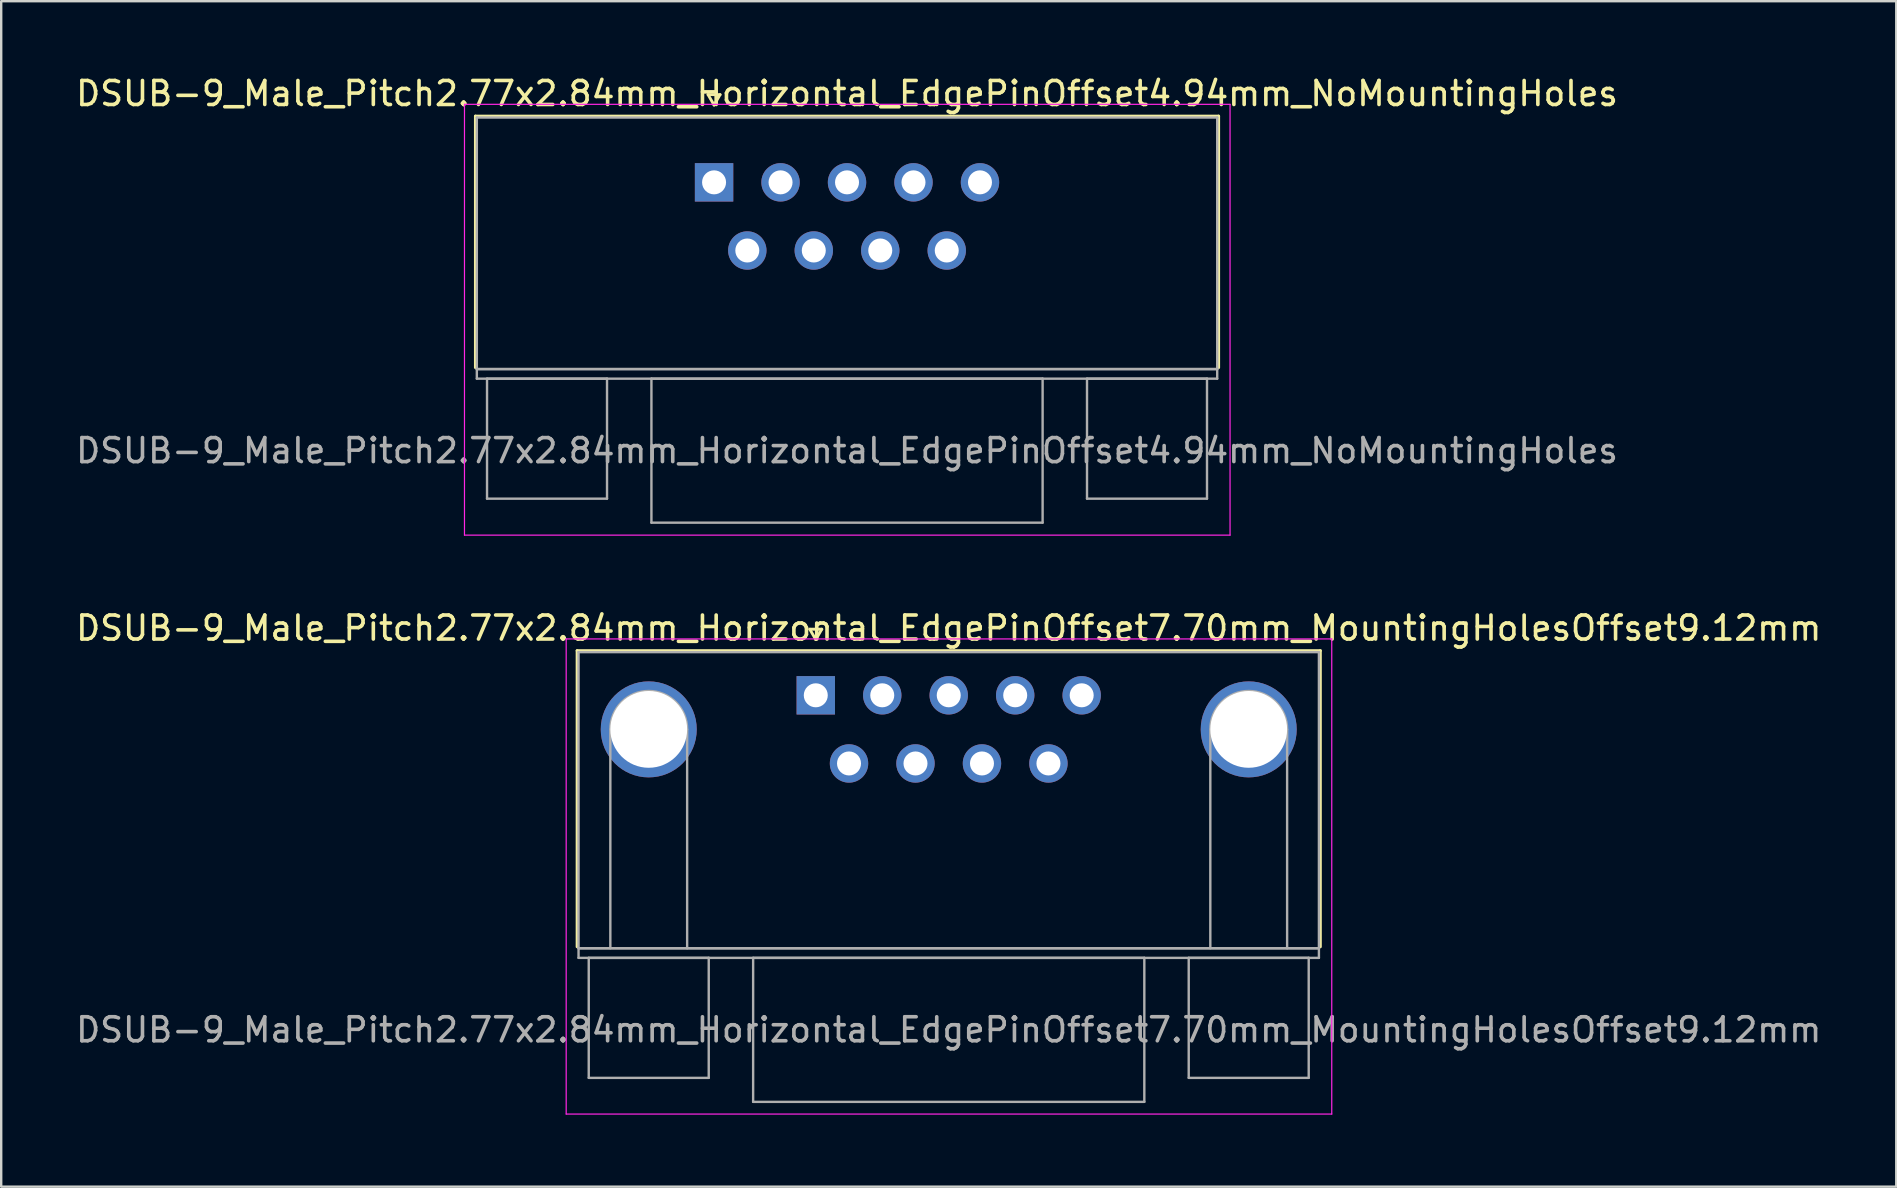
<source format=kicad_pcb>
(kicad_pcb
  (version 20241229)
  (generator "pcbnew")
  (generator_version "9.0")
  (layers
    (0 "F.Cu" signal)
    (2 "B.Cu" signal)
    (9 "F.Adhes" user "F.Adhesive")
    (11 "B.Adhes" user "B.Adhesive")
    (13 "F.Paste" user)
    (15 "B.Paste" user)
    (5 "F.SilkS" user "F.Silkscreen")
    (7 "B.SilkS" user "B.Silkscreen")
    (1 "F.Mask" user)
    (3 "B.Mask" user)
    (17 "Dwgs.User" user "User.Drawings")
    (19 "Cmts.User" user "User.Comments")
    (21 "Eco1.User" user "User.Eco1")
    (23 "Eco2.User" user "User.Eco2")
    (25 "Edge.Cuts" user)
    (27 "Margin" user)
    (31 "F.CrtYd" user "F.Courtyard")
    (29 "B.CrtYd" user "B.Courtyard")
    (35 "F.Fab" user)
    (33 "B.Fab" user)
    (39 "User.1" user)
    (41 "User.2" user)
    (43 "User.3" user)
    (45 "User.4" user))
  (footprint "DSUB-9_Male_Pitch2.77x2.84mm_Horizontal_EdgePinOffset4.94mm_NoMountingHoles"
    (layer "F.Cu")
    (at 26.704 4.548)
    (property "Reference" "DSUB-9_Male_Pitch2.77x2.84mm_Horizontal_EdgePinOffset4.94mm_NoMountingHoles" (at 5.54 -3.7 0) (layer "F.SilkS") (effects (font (size 1 1) (thickness 0.15))))
    (attr through_hole)
    (fp_line (start -9.945 -2.76) (end 21.025 -2.76) (stroke (width 0.12) (type solid)) (layer "F.SilkS"))
    (fp_line (start -9.945 7.72) (end -9.945 -2.76) (stroke (width 0.12) (type solid)) (layer "F.SilkS"))
    (fp_line (start -0.25 -3.654) (end 0.25 -3.654) (stroke (width 0.12) (type solid)) (layer "F.SilkS"))
    (fp_line (start 0 -3.221) (end -0.25 -3.654) (stroke (width 0.12) (type solid)) (layer "F.SilkS"))
    (fp_line (start 0.25 -3.654) (end 0 -3.221) (stroke (width 0.12) (type solid)) (layer "F.SilkS"))
    (fp_line (start 21.025 -2.76) (end 21.025 7.72) (stroke (width 0.12) (type solid)) (layer "F.SilkS"))
    (fp_line (start -10.4 -3.25) (end -10.4 14.7) (stroke (width 0.05) (type solid)) (layer "F.CrtYd"))
    (fp_line (start -10.4 14.7) (end 21.5 14.7) (stroke (width 0.05) (type solid)) (layer "F.CrtYd"))
    (fp_line (start 21.5 -3.25) (end -10.4 -3.25) (stroke (width 0.05) (type solid)) (layer "F.CrtYd"))
    (fp_line (start 21.5 14.7) (end 21.5 -3.25) (stroke (width 0.05) (type solid)) (layer "F.CrtYd"))
    (fp_line (start -9.885 -2.7) (end -9.885 7.78) (stroke (width 0.1) (type solid)) (layer "F.Fab"))
    (fp_line (start -9.885 7.78) (end -9.885 8.18) (stroke (width 0.1) (type solid)) (layer "F.Fab"))
    (fp_line (start -9.885 7.78) (end 20.965 7.78) (stroke (width 0.1) (type solid)) (layer "F.Fab"))
    (fp_line (start -9.885 8.18) (end 20.965 8.18) (stroke (width 0.1) (type solid)) (layer "F.Fab"))
    (fp_line (start -9.46 8.18) (end -9.46 13.18) (stroke (width 0.1) (type solid)) (layer "F.Fab"))
    (fp_line (start -9.46 13.18) (end -4.46 13.18) (stroke (width 0.1) (type solid)) (layer "F.Fab"))
    (fp_line (start -4.46 8.18) (end -9.46 8.18) (stroke (width 0.1) (type solid)) (layer "F.Fab"))
    (fp_line (start -4.46 13.18) (end -4.46 8.18) (stroke (width 0.1) (type solid)) (layer "F.Fab"))
    (fp_line (start -2.61 8.18) (end -2.61 14.18) (stroke (width 0.1) (type solid)) (layer "F.Fab"))
    (fp_line (start -2.61 14.18) (end 13.69 14.18) (stroke (width 0.1) (type solid)) (layer "F.Fab"))
    (fp_line (start 13.69 8.18) (end -2.61 8.18) (stroke (width 0.1) (type solid)) (layer "F.Fab"))
    (fp_line (start 13.69 14.18) (end 13.69 8.18) (stroke (width 0.1) (type solid)) (layer "F.Fab"))
    (fp_line (start 15.54 8.18) (end 15.54 13.18) (stroke (width 0.1) (type solid)) (layer "F.Fab"))
    (fp_line (start 15.54 13.18) (end 20.54 13.18) (stroke (width 0.1) (type solid)) (layer "F.Fab"))
    (fp_line (start 20.54 8.18) (end 15.54 8.18) (stroke (width 0.1) (type solid)) (layer "F.Fab"))
    (fp_line (start 20.54 13.18) (end 20.54 8.18) (stroke (width 0.1) (type solid)) (layer "F.Fab"))
    (fp_line (start 20.965 -2.7) (end -9.885 -2.7) (stroke (width 0.1) (type solid)) (layer "F.Fab"))
    (fp_line (start 20.965 7.78) (end -9.885 7.78) (stroke (width 0.1) (type solid)) (layer "F.Fab"))
    (fp_line (start 20.965 7.78) (end 20.965 -2.7) (stroke (width 0.1) (type solid)) (layer "F.Fab"))
    (fp_line (start 20.965 8.18) (end 20.965 7.78) (stroke (width 0.1) (type solid)) (layer "F.Fab"))
    (fp_text user "${REFERENCE}" (at 5.54 11.18 0) (layer "F.Fab") (effects (font (size 1 1) (thickness 0.15))))
    (pad "1" thru_hole rect (at 0 0) (size 1.6 1.6) (drill 1) (layers "*.Cu" "*.Mask"))
    (pad "2" thru_hole circle (at 2.77 0) (size 1.6 1.6) (drill 1) (layers "*.Cu" "*.Mask"))
    (pad "3" thru_hole circle (at 5.54 0) (size 1.6 1.6) (drill 1) (layers "*.Cu" "*.Mask"))
    (pad "4" thru_hole circle (at 8.31 0) (size 1.6 1.6) (drill 1) (layers "*.Cu" "*.Mask"))
    (pad "5" thru_hole circle (at 11.08 0) (size 1.6 1.6) (drill 1) (layers "*.Cu" "*.Mask"))
    (pad "6" thru_hole circle (at 1.385 2.84) (size 1.6 1.6) (drill 1) (layers "*.Cu" "*.Mask"))
    (pad "7" thru_hole circle (at 4.155 2.84) (size 1.6 1.6) (drill 1) (layers "*.Cu" "*.Mask"))
    (pad "8" thru_hole circle (at 6.925 2.84) (size 1.6 1.6) (drill 1) (layers "*.Cu" "*.Mask"))
    (pad "9" thru_hole circle (at 9.695 2.84) (size 1.6 1.6) (drill 1) (layers "*.Cu" "*.Mask")))
  (footprint "DSUB-9_Male_Pitch2.77x2.84mm_Horizontal_EdgePinOffset7.70mm_MountingHolesOffset9.12mm"
    (layer "F.Cu")
    (at 30.942 25.922)
    (property "Reference" "DSUB-9_Male_Pitch2.77x2.84mm_Horizontal_EdgePinOffset7.70mm_MountingHolesOffset9.12mm" (at 5.54 -2.8 0) (layer "F.SilkS") (effects (font (size 1 1) (thickness 0.15))))
    (attr through_hole)
    (fp_line (start -9.945 -1.86) (end 21.025 -1.86) (stroke (width 0.12) (type solid)) (layer "F.SilkS"))
    (fp_line (start -9.945 10.48) (end -9.945 -1.86) (stroke (width 0.12) (type solid)) (layer "F.SilkS"))
    (fp_line (start -0.25 -2.754) (end 0.25 -2.754) (stroke (width 0.12) (type solid)) (layer "F.SilkS"))
    (fp_line (start 0 -2.321) (end -0.25 -2.754) (stroke (width 0.12) (type solid)) (layer "F.SilkS"))
    (fp_line (start 0.25 -2.754) (end 0 -2.321) (stroke (width 0.12) (type solid)) (layer "F.SilkS"))
    (fp_line (start 21.025 -1.86) (end 21.025 10.48) (stroke (width 0.12) (type solid)) (layer "F.SilkS"))
    (fp_line (start -10.4 -2.35) (end -10.4 17.45) (stroke (width 0.05) (type solid)) (layer "F.CrtYd"))
    (fp_line (start -10.4 17.45) (end 21.5 17.45) (stroke (width 0.05) (type solid)) (layer "F.CrtYd"))
    (fp_line (start 21.5 -2.35) (end -10.4 -2.35) (stroke (width 0.05) (type solid)) (layer "F.CrtYd"))
    (fp_line (start 21.5 17.45) (end 21.5 -2.35) (stroke (width 0.05) (type solid)) (layer "F.CrtYd"))
    (fp_line (start -9.885 -1.8) (end -9.885 10.54) (stroke (width 0.1) (type solid)) (layer "F.Fab"))
    (fp_line (start -9.885 10.54) (end -9.885 10.94) (stroke (width 0.1) (type solid)) (layer "F.Fab"))
    (fp_line (start -9.885 10.54) (end 20.965 10.54) (stroke (width 0.1) (type solid)) (layer "F.Fab"))
    (fp_line (start -9.885 10.94) (end 20.965 10.94) (stroke (width 0.1) (type solid)) (layer "F.Fab"))
    (fp_line (start -9.46 10.94) (end -9.46 15.94) (stroke (width 0.1) (type solid)) (layer "F.Fab"))
    (fp_line (start -9.46 15.94) (end -4.46 15.94) (stroke (width 0.1) (type solid)) (layer "F.Fab"))
    (fp_line (start -8.56 10.54) (end -8.56 1.42) (stroke (width 0.1) (type solid)) (layer "F.Fab"))
    (fp_line (start -5.36 10.54) (end -5.36 1.42) (stroke (width 0.1) (type solid)) (layer "F.Fab"))
    (fp_line (start -4.46 10.94) (end -9.46 10.94) (stroke (width 0.1) (type solid)) (layer "F.Fab"))
    (fp_line (start -4.46 15.94) (end -4.46 10.94) (stroke (width 0.1) (type solid)) (layer "F.Fab"))
    (fp_line (start -2.61 10.94) (end -2.61 16.94) (stroke (width 0.1) (type solid)) (layer "F.Fab"))
    (fp_line (start -2.61 16.94) (end 13.69 16.94) (stroke (width 0.1) (type solid)) (layer "F.Fab"))
    (fp_line (start 13.69 10.94) (end -2.61 10.94) (stroke (width 0.1) (type solid)) (layer "F.Fab"))
    (fp_line (start 13.69 16.94) (end 13.69 10.94) (stroke (width 0.1) (type solid)) (layer "F.Fab"))
    (fp_line (start 15.54 10.94) (end 15.54 15.94) (stroke (width 0.1) (type solid)) (layer "F.Fab"))
    (fp_line (start 15.54 15.94) (end 20.54 15.94) (stroke (width 0.1) (type solid)) (layer "F.Fab"))
    (fp_line (start 16.44 10.54) (end 16.44 1.42) (stroke (width 0.1) (type solid)) (layer "F.Fab"))
    (fp_line (start 19.64 10.54) (end 19.64 1.42) (stroke (width 0.1) (type solid)) (layer "F.Fab"))
    (fp_line (start 20.54 10.94) (end 15.54 10.94) (stroke (width 0.1) (type solid)) (layer "F.Fab"))
    (fp_line (start 20.54 15.94) (end 20.54 10.94) (stroke (width 0.1) (type solid)) (layer "F.Fab"))
    (fp_line (start 20.965 -1.8) (end -9.885 -1.8) (stroke (width 0.1) (type solid)) (layer "F.Fab"))
    (fp_line (start 20.965 10.54) (end -9.885 10.54) (stroke (width 0.1) (type solid)) (layer "F.Fab"))
    (fp_line (start 20.965 10.54) (end 20.965 -1.8) (stroke (width 0.1) (type solid)) (layer "F.Fab"))
    (fp_line (start 20.965 10.94) (end 20.965 10.54) (stroke (width 0.1) (type solid)) (layer "F.Fab"))
    (fp_arc (start -8.56 1.42) (mid -6.96 -0.18) (end -5.36 1.42) (stroke (width 0.1) (type solid)) (layer "F.Fab"))
    (fp_arc (start 16.44 1.42) (mid 18.04 -0.18) (end 19.64 1.42) (stroke (width 0.1) (type solid)) (layer "F.Fab"))
    (fp_text user "${REFERENCE}" (at 5.54 13.94 0) (layer "F.Fab") (effects (font (size 1 1) (thickness 0.15))))
    (pad "0" thru_hole circle (at -6.96 1.42) (size 4 4) (drill 3.2) (layers "*.Cu" "*.Mask"))
    (pad "0" thru_hole circle (at 18.04 1.42) (size 4 4) (drill 3.2) (layers "*.Cu" "*.Mask"))
    (pad "1" thru_hole rect (at 0 0) (size 1.6 1.6) (drill 1) (layers "*.Cu" "*.Mask"))
    (pad "2" thru_hole circle (at 2.77 0) (size 1.6 1.6) (drill 1) (layers "*.Cu" "*.Mask"))
    (pad "3" thru_hole circle (at 5.54 0) (size 1.6 1.6) (drill 1) (layers "*.Cu" "*.Mask"))
    (pad "4" thru_hole circle (at 8.31 0) (size 1.6 1.6) (drill 1) (layers "*.Cu" "*.Mask"))
    (pad "5" thru_hole circle (at 11.08 0) (size 1.6 1.6) (drill 1) (layers "*.Cu" "*.Mask"))
    (pad "6" thru_hole circle (at 1.385 2.84) (size 1.6 1.6) (drill 1) (layers "*.Cu" "*.Mask"))
    (pad "7" thru_hole circle (at 4.155 2.84) (size 1.6 1.6) (drill 1) (layers "*.Cu" "*.Mask"))
    (pad "8" thru_hole circle (at 6.925 2.84) (size 1.6 1.6) (drill 1) (layers "*.Cu" "*.Mask"))
    (pad "9" thru_hole circle (at 9.695 2.84) (size 1.6 1.6) (drill 1) (layers "*.Cu" "*.Mask")))
  (gr_rect
    (start -3 -3)
    (end 75.964 46.397)
    (stroke (width 0.1) (type default))
    (fill no)
    (layer "Edge.Cuts")))
</source>
